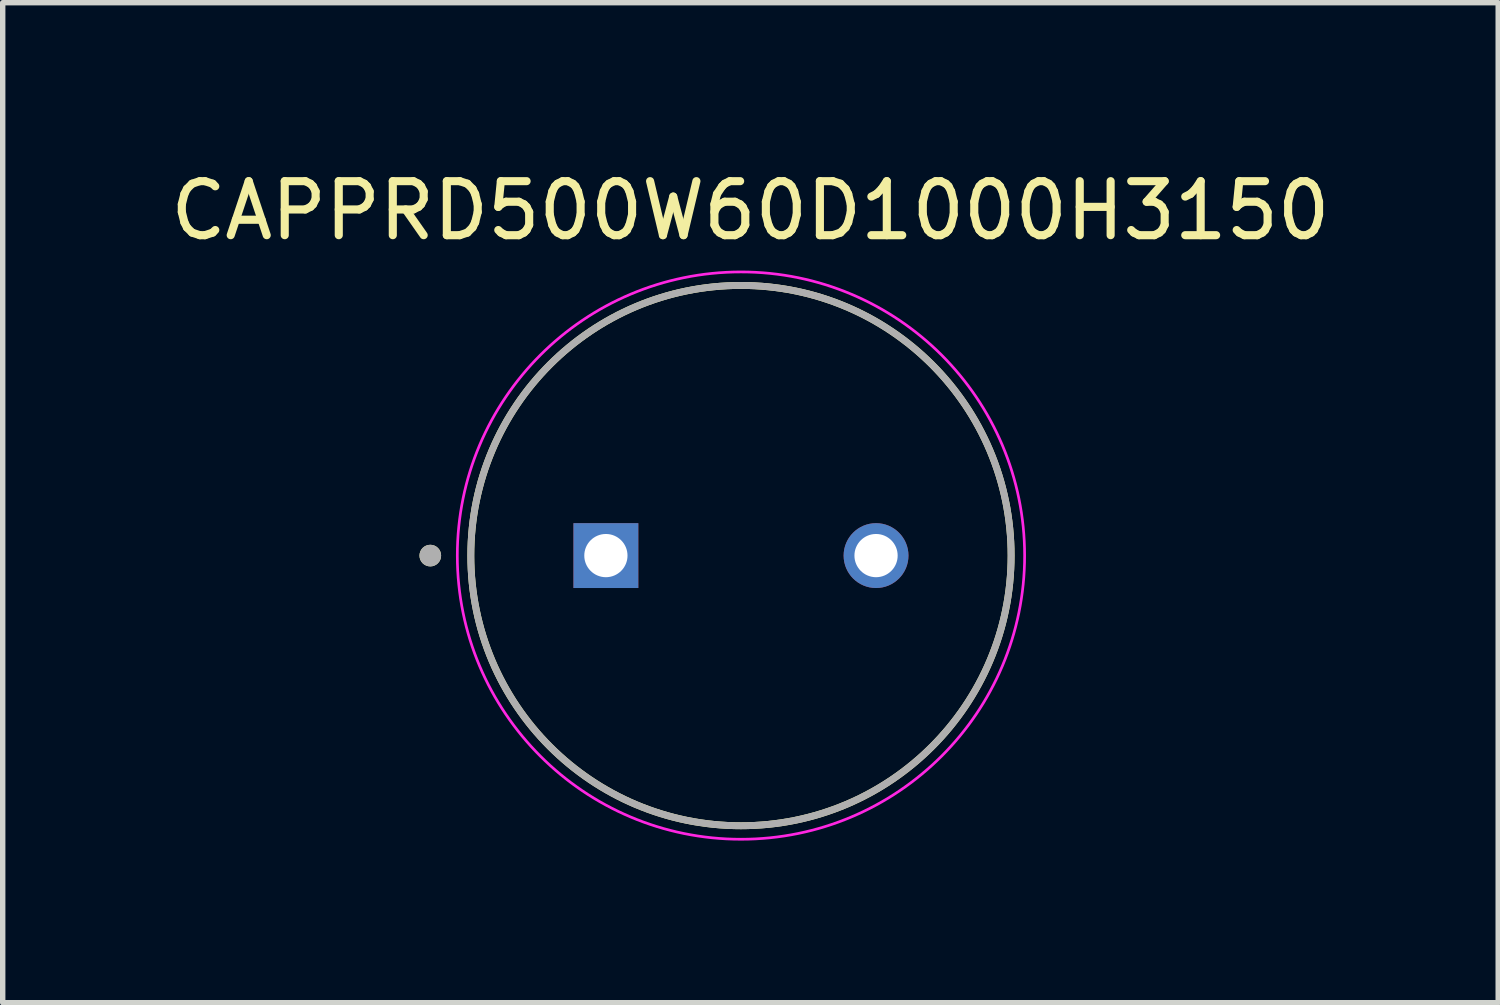
<source format=kicad_pcb>
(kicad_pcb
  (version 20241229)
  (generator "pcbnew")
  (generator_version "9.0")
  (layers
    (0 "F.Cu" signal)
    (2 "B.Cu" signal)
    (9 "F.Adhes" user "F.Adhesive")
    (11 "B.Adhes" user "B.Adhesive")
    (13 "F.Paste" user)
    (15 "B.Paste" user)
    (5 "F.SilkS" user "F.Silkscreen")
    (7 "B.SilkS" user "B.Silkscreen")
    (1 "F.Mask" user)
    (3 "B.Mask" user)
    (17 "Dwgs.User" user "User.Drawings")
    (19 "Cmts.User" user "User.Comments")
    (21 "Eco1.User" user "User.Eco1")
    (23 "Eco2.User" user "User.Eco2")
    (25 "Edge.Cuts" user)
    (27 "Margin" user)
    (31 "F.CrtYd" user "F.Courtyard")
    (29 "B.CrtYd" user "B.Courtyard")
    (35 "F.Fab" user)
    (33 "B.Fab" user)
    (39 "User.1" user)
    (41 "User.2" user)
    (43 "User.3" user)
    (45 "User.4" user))
  (footprint "CAPPRD500W60D1000H3150"
    (layer "F.Cu")
    (at 10.664 7.233)
    (property "Reference" "CAPPRD500W60D1000H3150" (at 0.175 -6.385 0) (layer "F.SilkS") (effects (font (size 1 1) (thickness 0.15))))
    (attr through_hole)
    (fp_circle (center -5.75 0) (end -5.65 0) (stroke (width 0.2) (type solid)) (fill no) (layer "F.SilkS"))
    (fp_circle (center 0 0) (end 5 0) (stroke (width 0.127) (type solid)) (fill no) (layer "F.SilkS"))
    (fp_circle (center 0 0) (end 5.25 0) (stroke (width 0.05) (type solid)) (fill no) (layer "F.CrtYd"))
    (fp_circle (center -5.75 0) (end -5.65 0) (stroke (width 0.2) (type solid)) (fill no) (layer "F.Fab"))
    (fp_circle (center 0 0) (end 5 0) (stroke (width 0.127) (type solid)) (fill no) (layer "F.Fab"))
    (pad "1" thru_hole rect (at -2.5 0) (size 1.2 1.2) (drill 0.8) (layers "*.Cu" "*.Mask"))
    (pad "2" thru_hole circle (at 2.5 0) (size 1.2 1.2) (drill 0.8) (layers "*.Cu" "*.Mask")))
  (gr_rect
    (start -3 -3)
    (end 24.679 15.508)
    (stroke (width 0.1) (type default))
    (fill no)
    (layer "Edge.Cuts")))
</source>
